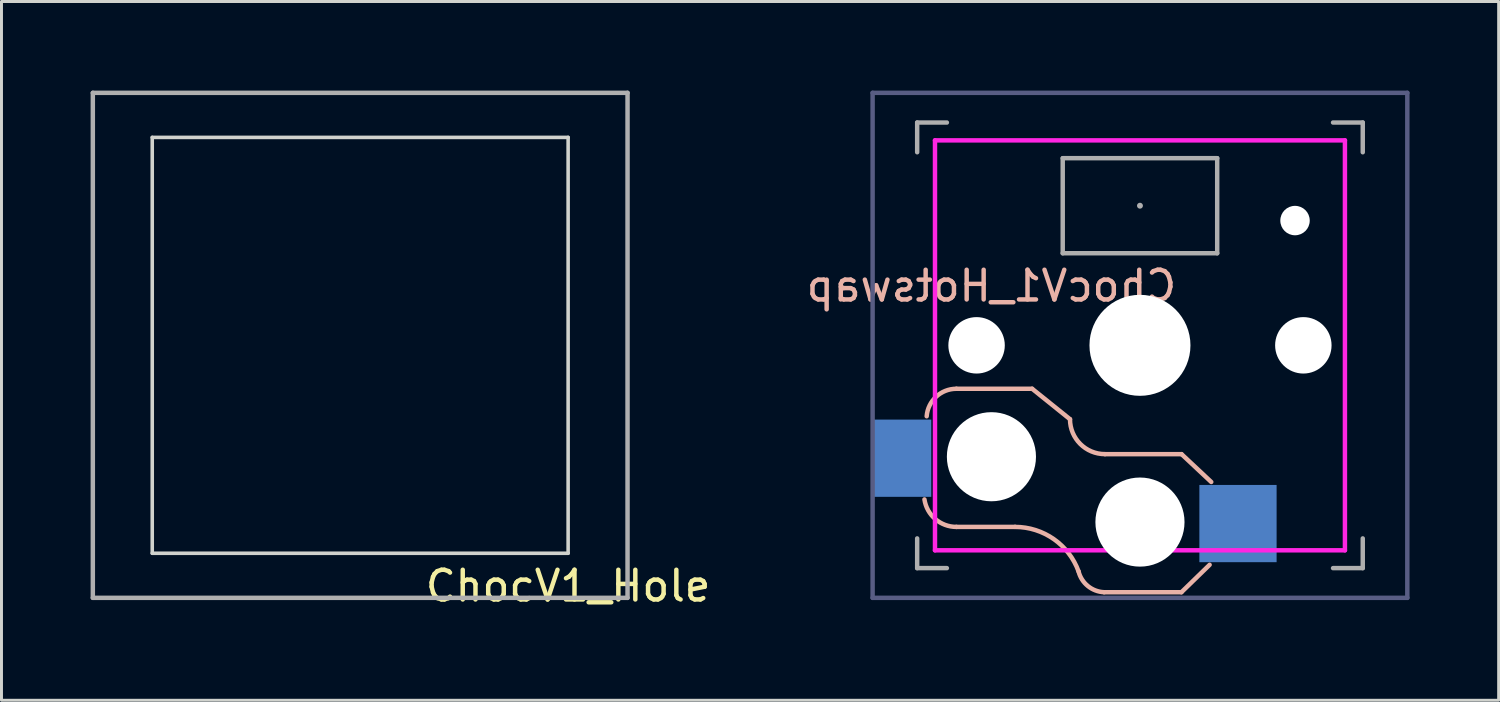
<source format=kicad_pcb>
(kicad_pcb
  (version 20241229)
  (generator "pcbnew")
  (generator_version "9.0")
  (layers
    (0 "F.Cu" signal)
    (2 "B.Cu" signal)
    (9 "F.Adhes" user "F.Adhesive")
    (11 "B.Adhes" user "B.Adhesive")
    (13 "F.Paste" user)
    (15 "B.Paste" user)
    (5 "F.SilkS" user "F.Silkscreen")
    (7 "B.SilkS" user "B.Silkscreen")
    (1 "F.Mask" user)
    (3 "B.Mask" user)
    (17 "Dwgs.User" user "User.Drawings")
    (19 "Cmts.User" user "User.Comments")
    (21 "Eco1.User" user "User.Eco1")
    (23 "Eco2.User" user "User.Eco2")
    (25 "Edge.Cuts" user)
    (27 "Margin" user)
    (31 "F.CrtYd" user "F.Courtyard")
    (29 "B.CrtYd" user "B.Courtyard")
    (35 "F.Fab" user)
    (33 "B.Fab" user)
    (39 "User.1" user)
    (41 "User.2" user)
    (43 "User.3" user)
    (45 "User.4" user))
  (footprint "ChocV1_Hole"
    (layer "F.Cu")
    (at 9.075 8.575)
    (property "Reference" "ChocV1_Hole" (at 7 8.1 0) (layer "F.SilkS") (effects (font (size 1 1) (thickness 0.15))))
    (attr through_hole)
    (fp_line (start -7 -7) (end -7 7) (stroke (width 0.12) (type solid)) (layer "Edge.Cuts"))
    (fp_line (start -7 7) (end 7 7) (stroke (width 0.12) (type solid)) (layer "Edge.Cuts"))
    (fp_line (start 7 -7) (end -7 -7) (stroke (width 0.12) (type solid)) (layer "Edge.Cuts"))
    (fp_line (start 7 7) (end 7 -7) (stroke (width 0.12) (type solid)) (layer "Edge.Cuts"))
    (fp_line (start -9 -8.5) (end -9 8.5) (stroke (width 0.15) (type solid)) (layer "F.Fab"))
    (fp_line (start -9 8.5) (end 9 8.5) (stroke (width 0.15) (type solid)) (layer "F.Fab"))
    (fp_line (start 9 -8.5) (end -9 -8.5) (stroke (width 0.15) (type solid)) (layer "F.Fab"))
    (fp_line (start 9 8.5) (end 9 -8.5) (stroke (width 0.15) (type solid)) (layer "F.Fab")))
  (footprint "ChocV1_Hotswap"
    (layer "F.Cu")
    (at 35.325 8.575)
    (property "Reference" "ChocV1_Hotswap" (at -5 -2 0) (layer "B.SilkS") (effects (font (size 1 1) (thickness 0.15)) (justify mirror)))
    (attr smd)
    (fp_line (start -4.205 6.112) (end -6.18 6.112) (stroke (width 0.15) (type solid)) (layer "B.SilkS"))
    (fp_line (start -3.63 1.462) (end -6.18 1.462) (stroke (width 0.15) (type solid)) (layer "B.SilkS"))
    (fp_line (start -3.63 1.462) (end -2.355 2.487) (stroke (width 0.15) (type solid)) (layer "B.SilkS"))
    (fp_line (start 1.395 3.663) (end -1.18 3.663) (stroke (width 0.15) (type solid)) (layer "B.SilkS"))
    (fp_line (start 1.395 8.312) (end -1.205 8.312) (stroke (width 0.15) (type solid)) (layer "B.SilkS"))
    (fp_line (start 1.395 8.312) (end 2.345 7.388) (stroke (width 0.15) (type solid)) (layer "B.SilkS"))
    (fp_line (start 1.4 3.663) (end 2.4 4.6) (stroke (width 0.15) (type solid)) (layer "B.SilkS"))
    (fp_arc (start -7.179886 2.3875) (mid -6.860993 1.729209) (end -6.179886 1.4625) (stroke (width 0.15) (type solid)) (layer "B.SilkS"))
    (fp_arc (start -6.179886 6.112499) (mid -6.888978 5.849418) (end -7.254886 5.1875) (stroke (width 0.15) (type solid)) (layer "B.SilkS"))
    (fp_arc (start -4.204886 6.1125) (mid -2.9 6.523929) (end -2.067085 7.609404) (stroke (width 0.15) (type solid)) (layer "B.SilkS"))
    (fp_arc (start -1.205881 8.311291) (mid -1.75317 8.103521) (end -2.067085 7.609404) (stroke (width 0.15) (type solid)) (layer "B.SilkS"))
    (fp_arc (start -1.179886 3.6625) (mid -2.010736 3.31835) (end -2.354886 2.4875) (stroke (width 0.15) (type solid)) (layer "B.SilkS"))
    (fp_line (start -6.9 -6.9) (end 6.9 -6.9) (stroke (width 0.15) (type solid)) (layer "F.CrtYd"))
    (fp_line (start -6.9 6.9) (end -6.9 -6.9) (stroke (width 0.15) (type solid)) (layer "F.CrtYd"))
    (fp_line (start 6.9 -6.9) (end 6.9 6.9) (stroke (width 0.15) (type solid)) (layer "F.CrtYd"))
    (fp_line (start 6.9 6.9) (end -6.9 6.9) (stroke (width 0.15) (type solid)) (layer "F.CrtYd"))
    (fp_line (start -9 8.5) (end -9 -8.5) (stroke (width 0.15) (type solid)) (layer "B.Fab"))
    (fp_line (start 9 -8.5) (end -9 -8.5) (stroke (width 0.15) (type solid)) (layer "B.Fab"))
    (fp_line (start 9 8.5) (end -9 8.5) (stroke (width 0.15) (type solid)) (layer "B.Fab"))
    (fp_line (start 9 8.5) (end 9 -8.5) (stroke (width 0.15) (type solid)) (layer "B.Fab"))
    (fp_line (start -7.5 -6.5) (end -7.5 -7.5) (stroke (width 0.15) (type solid)) (layer "F.Fab"))
    (fp_line (start -7.5 7.5) (end -7.5 6.5) (stroke (width 0.15) (type solid)) (layer "F.Fab"))
    (fp_line (start -7.5 7.5) (end -6.5 7.5) (stroke (width 0.15) (type solid)) (layer "F.Fab"))
    (fp_line (start -6.5 -7.5) (end -7.5 -7.5) (stroke (width 0.15) (type solid)) (layer "F.Fab"))
    (fp_line (start -2.6 -3.1) (end -2.6 -6.3) (stroke (width 0.15) (type solid)) (layer "F.Fab"))
    (fp_line (start -2.6 -3.1) (end 2.6 -3.1) (stroke (width 0.15) (type solid)) (layer "F.Fab"))
    (fp_line (start 2.6 -6.3) (end -2.6 -6.3) (stroke (width 0.15) (type solid)) (layer "F.Fab"))
    (fp_line (start 2.6 -3.1) (end 2.6 -6.3) (stroke (width 0.15) (type solid)) (layer "F.Fab"))
    (fp_line (start 6.5 7.5) (end 7.5 7.5) (stroke (width 0.15) (type solid)) (layer "F.Fab"))
    (fp_line (start 7.5 -7.5) (end 6.5 -7.5) (stroke (width 0.15) (type solid)) (layer "F.Fab"))
    (fp_line (start 7.5 -7.5) (end 7.5 -6.5) (stroke (width 0.15) (type solid)) (layer "F.Fab"))
    (fp_line (start 7.5 6.5) (end 7.5 7.5) (stroke (width 0.15) (type solid)) (layer "F.Fab"))
    (fp_circle (center 0 -4.7) (end -0.000001 -4.7) (stroke (width 0.1) (type solid)) (fill no) (layer "F.Fab"))
    (pad "" np_thru_hole circle (at -5.5 0) (size 1.9 1.9) (drill 1.9) (layers "*.Cu" "*.Mask"))
    (pad "" np_thru_hole circle (at -5 3.75) (size 3 3) (drill 3) (layers "*.Cu" "*.Mask"))
    (pad "" np_thru_hole circle (at 0 0) (size 3.4 3.4) (drill 3.4) (layers "*.Cu" "*.Mask"))
    (pad "" np_thru_hole circle (at 0 5.95) (size 3 3) (drill 3) (layers "*.Cu" "*.Mask"))
    (pad "" np_thru_hole circle (at 5.22 -4.2) (size 0.991 0.991) (drill 0.991) (layers "*.Cu" "*.Mask"))
    (pad "" np_thru_hole circle (at 5.5 0) (size 1.9 1.9) (drill 1.9) (layers "*.Cu" "*.Mask"))
    (pad "1" smd rect (at 3.3 6) (size 2.6 2.6) (layers "B.Cu" "B.Mask" "B.Paste"))
    (pad "2" smd rect (at -8 3.8) (size 1.95 2.6) (layers "B.Cu" "B.Mask" "B.Paste")))
  (gr_rect
    (start -3 -3)
    (end 47.4 20.523)
    (stroke (width 0.1) (type default))
    (fill no)
    (layer "Edge.Cuts")))
</source>
